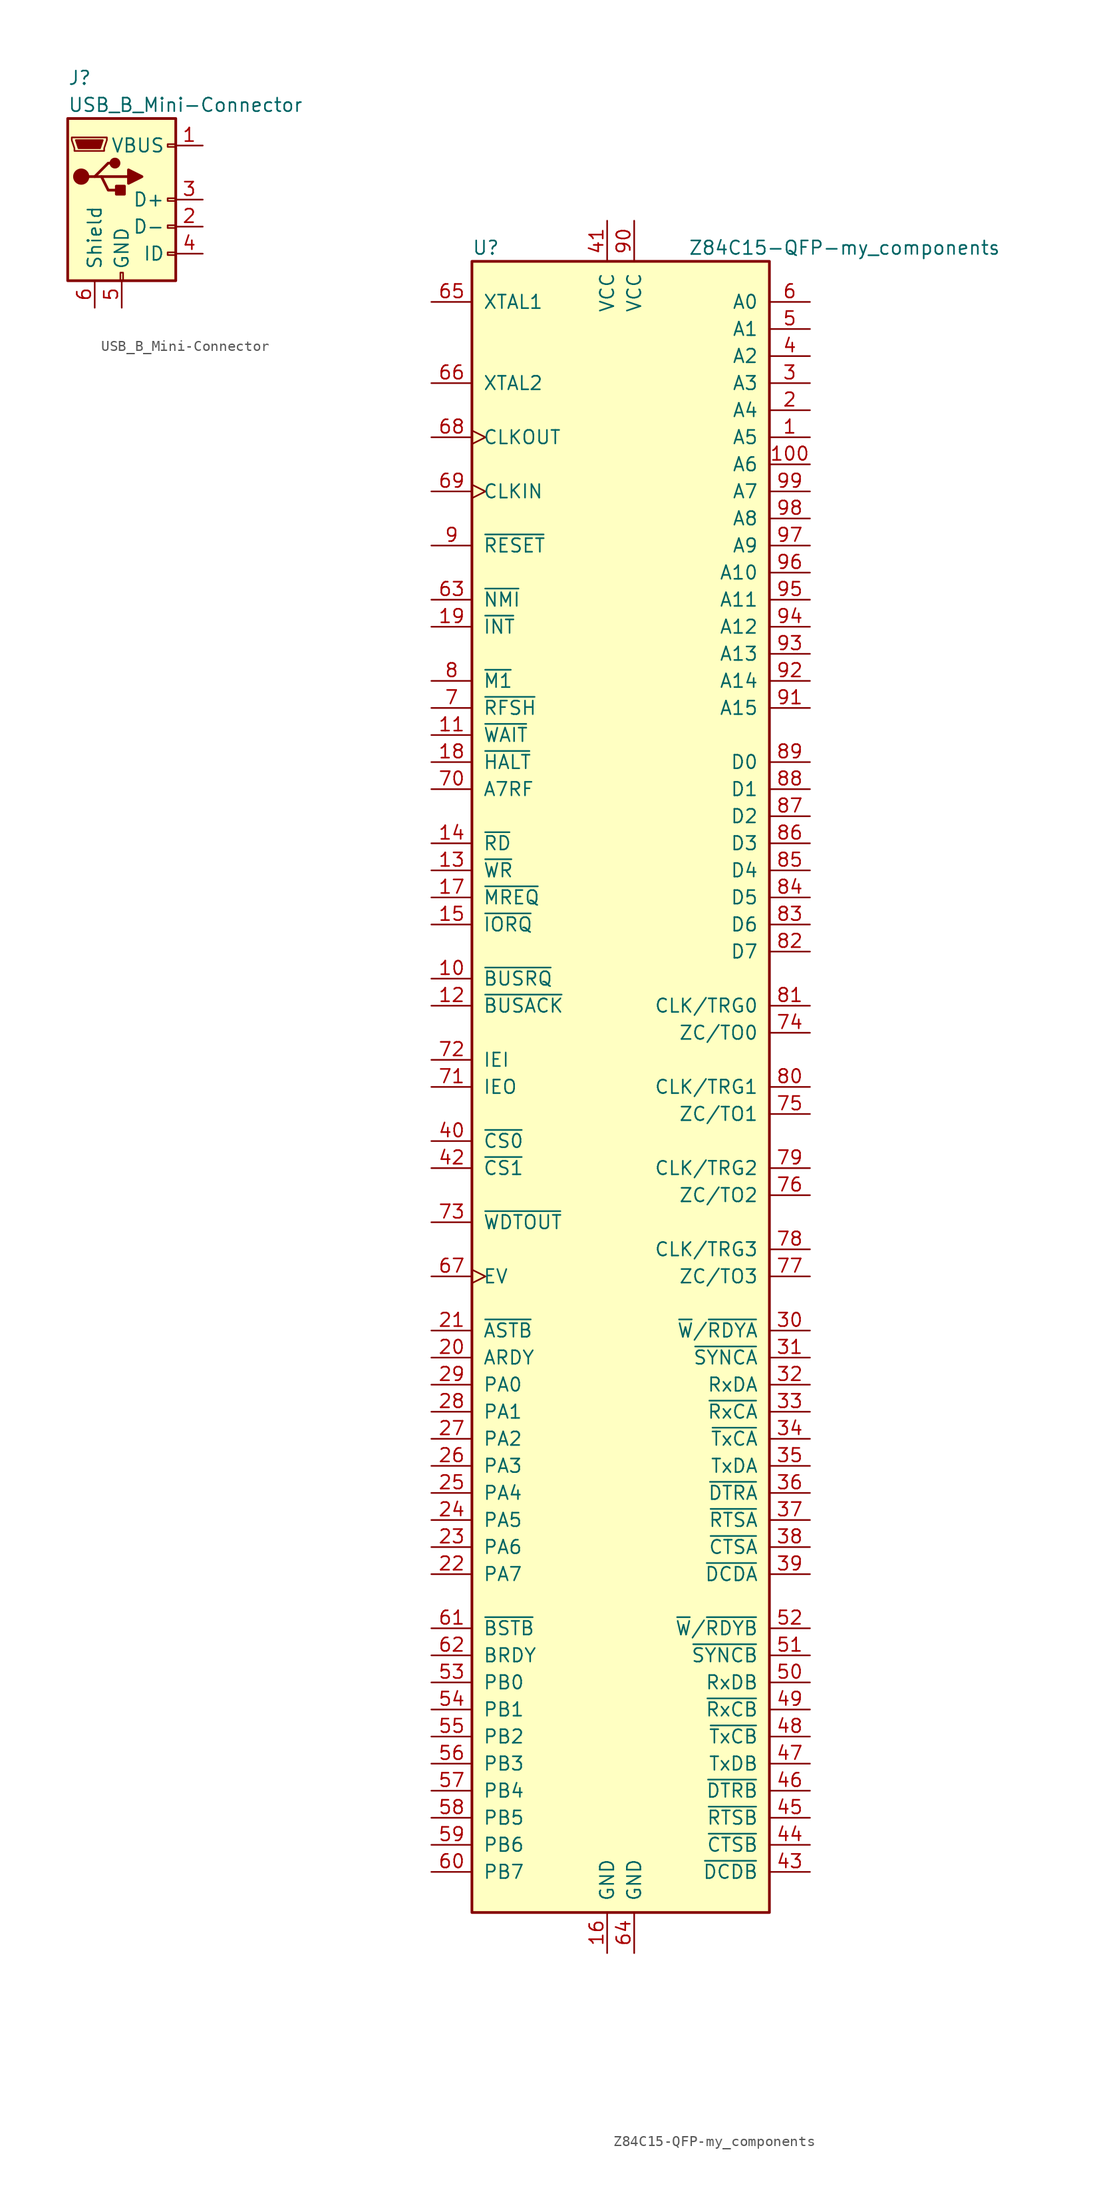
<source format=kicad_sym>
(kicad_symbol_lib
  (version 20220914)
  (generator kicad_symbol_editor)
  (symbol "USB_B_Mini-Connector"
    (pin_names
      (offset 1.016))
    (property "Reference" "J"
      (at -5.08 11.43 0)
      (effects (font (size 1.27 1.27)) (justify left)))
    (property "Value" "USB_B_Mini-Connector"
      (at -5.08 8.89 0)
      (effects (font (size 1.27 1.27)) (justify left)))
    (symbol "USB_B_Mini-Connector_0_1"
      (rectangle (start -5.08 -7.62) (end 5.08 7.62) (stroke (width 0.254) (type solid)) (fill (type background)))
      (circle (center -3.81 2.159) (radius 0.635) (stroke (width 0.254) (type solid)) (fill (type outline)))
      (circle (center -0.635 3.429) (radius 0.381) (stroke (width 0.254) (type solid)) (fill (type outline)))
      (rectangle (start -0.127 -7.62) (end 0.127 -6.858) (stroke (width 0) (type solid)) (fill (type none)))
      (polyline (pts (xy -1.905 2.159) (xy 0.635 2.159)) (stroke (width 0.254) (type solid)) (fill (type none)))
      (polyline (pts (xy -3.175 2.159) (xy -2.54 2.159) (xy -1.27 3.429) (xy -0.635 3.429)) (stroke (width 0.254) (type solid)) (fill (type none)))
      (polyline (pts (xy -2.54 2.159) (xy -1.905 2.159) (xy -1.27 0.889) (xy 0 0.889)) (stroke (width 0.254) (type solid)) (fill (type none)))
      (polyline (pts (xy 0.635 2.794) (xy 0.635 1.524) (xy 1.905 2.159) (xy 0.635 2.794)) (stroke (width 0.254) (type solid)) (fill (type outline)))
      (polyline (pts (xy -4.318 5.588) (xy -1.778 5.588) (xy -2.032 4.826) (xy -4.064 4.826) (xy -4.318 5.588)) (stroke (width 0) (type solid)) (fill (type outline)))
      (polyline (pts (xy -4.699 5.842) (xy -4.699 5.588) (xy -4.445 4.826) (xy -4.445 4.572) (xy -1.651 4.572) (xy -1.651 4.826) (xy -1.397 5.588) (xy -1.397 5.842) (xy -4.699 5.842)) (stroke (width 0) (type solid)) (fill (type none)))
      (rectangle (start 0.254 1.27) (end -0.508 0.508) (stroke (width 0.254) (type solid)) (fill (type outline)))
      (rectangle (start 5.08 -5.207) (end 4.318 -4.953) (stroke (width 0) (type solid)) (fill (type none)))
      (rectangle (start 5.08 -2.667) (end 4.318 -2.413) (stroke (width 0) (type solid)) (fill (type none)))
      (rectangle (start 5.08 -0.127) (end 4.318 0.127) (stroke (width 0) (type solid)) (fill (type none)))
      (rectangle (start 5.08 4.953) (end 4.318 5.207) (stroke (width 0) (type solid)) (fill (type none))))
    (symbol "USB_B_Mini-Connector_1_1"
      (pin power_out line (at 7.62 5.08 180) (length 2.54) (name "VBUS" (effects (font (size 1.27 1.27)))) (number "1" (effects (font (size 1.27 1.27)))))
      (pin passive line (at 7.62 -2.54 180) (length 2.54) (name "D-" (effects (font (size 1.27 1.27)))) (number "2" (effects (font (size 1.27 1.27)))))
      (pin passive line (at 7.62 0 180) (length 2.54) (name "D+" (effects (font (size 1.27 1.27)))) (number "3" (effects (font (size 1.27 1.27)))))
      (pin passive line (at 7.62 -5.08 180) (length 2.54) (name "ID" (effects (font (size 1.27 1.27)))) (number "4" (effects (font (size 1.27 1.27)))))
      (pin power_out line (at 0 -10.16 90) (length 2.54) (name "GND" (effects (font (size 1.27 1.27)))) (number "5" (effects (font (size 1.27 1.27)))))
      (pin passive line (at -2.54 -10.16 90) (length 2.54) (name "Shield" (effects (font (size 1.27 1.27)))) (number "6" (effects (font (size 1.27 1.27)))))))
  (symbol "Z84C15-QFP-my_components"
    (pin_names
      (offset 1.016))
    (property "Reference" "U"
      (at -13.97 35.56 0)
      (effects (font (size 1.27 1.27)) (justify left)))
    (property "Value" "Z84C15-QFP-my_components"
      (at 6.35 35.56 0)
      (effects (font (size 1.27 1.27)) (justify left)))
    (symbol "Z84C15-QFP-my_components_0_1"
      (rectangle (start -13.97 34.29) (end 13.97 -120.65) (stroke (width 0.254) (type solid)) (fill (type background))))
    (symbol "Z84C15-QFP-my_components_1_1"
      (pin bidirectional line (at 17.78 17.78 180) (length 3.81) (name "A5" (effects (font (size 1.27 1.27)))) (number "1" (effects (font (size 1.27 1.27)))))
      (pin input line (at -17.78 -33.02 0) (length 3.81) (name "~{BUSRQ}" (effects (font (size 1.27 1.27)))) (number "10" (effects (font (size 1.27 1.27)))))
      (pin bidirectional line (at 17.78 15.24 180) (length 3.81) (name "A6" (effects (font (size 1.27 1.27)))) (number "100" (effects (font (size 1.27 1.27)))))
      (pin input line (at -17.78 -10.16 0) (length 3.81) (name "~{WAIT}" (effects (font (size 1.27 1.27)))) (number "11" (effects (font (size 1.27 1.27)))))
      (pin output line (at -17.78 -35.56 0) (length 3.81) (name "~{BUSACK}" (effects (font (size 1.27 1.27)))) (number "12" (effects (font (size 1.27 1.27)))))
      (pin output line (at -17.78 -22.86 0) (length 3.81) (name "~{WR}" (effects (font (size 1.27 1.27)))) (number "13" (effects (font (size 1.27 1.27)))))
      (pin output line (at -17.78 -20.32 0) (length 3.81) (name "~{RD}" (effects (font (size 1.27 1.27)))) (number "14" (effects (font (size 1.27 1.27)))))
      (pin output line (at -17.78 -27.94 0) (length 3.81) (name "~{IORQ}" (effects (font (size 1.27 1.27)))) (number "15" (effects (font (size 1.27 1.27)))))
      (pin power_in line (at -1.27 -124.46 90) (length 3.81) (name "GND" (effects (font (size 1.27 1.27)))) (number "16" (effects (font (size 1.27 1.27)))))
      (pin output line (at -17.78 -25.4 0) (length 3.81) (name "~{MREQ}" (effects (font (size 1.27 1.27)))) (number "17" (effects (font (size 1.27 1.27)))))
      (pin output line (at -17.78 -12.7 0) (length 3.81) (name "~{HALT}" (effects (font (size 1.27 1.27)))) (number "18" (effects (font (size 1.27 1.27)))))
      (pin input line (at -17.78 0 0) (length 3.81) (name "~{INT}" (effects (font (size 1.27 1.27)))) (number "19" (effects (font (size 1.27 1.27)))))
      (pin bidirectional line (at 17.78 20.32 180) (length 3.81) (name "A4" (effects (font (size 1.27 1.27)))) (number "2" (effects (font (size 1.27 1.27)))))
      (pin output line (at -17.78 -68.58 0) (length 3.81) (name "ARDY" (effects (font (size 1.27 1.27)))) (number "20" (effects (font (size 1.27 1.27)))))
      (pin input line (at -17.78 -66.04 0) (length 3.81) (name "~{ASTB}" (effects (font (size 1.27 1.27)))) (number "21" (effects (font (size 1.27 1.27)))))
      (pin tri_state line (at -17.78 -88.9 0) (length 3.81) (name "PA7" (effects (font (size 1.27 1.27)))) (number "22" (effects (font (size 1.27 1.27)))))
      (pin tri_state line (at -17.78 -86.36 0) (length 3.81) (name "PA6" (effects (font (size 1.27 1.27)))) (number "23" (effects (font (size 1.27 1.27)))))
      (pin tri_state line (at -17.78 -83.82 0) (length 3.81) (name "PA5" (effects (font (size 1.27 1.27)))) (number "24" (effects (font (size 1.27 1.27)))))
      (pin tri_state line (at -17.78 -81.28 0) (length 3.81) (name "PA4" (effects (font (size 1.27 1.27)))) (number "25" (effects (font (size 1.27 1.27)))))
      (pin tri_state line (at -17.78 -78.74 0) (length 3.81) (name "PA3" (effects (font (size 1.27 1.27)))) (number "26" (effects (font (size 1.27 1.27)))))
      (pin tri_state line (at -17.78 -76.2 0) (length 3.81) (name "PA2" (effects (font (size 1.27 1.27)))) (number "27" (effects (font (size 1.27 1.27)))))
      (pin tri_state line (at -17.78 -73.66 0) (length 3.81) (name "PA1" (effects (font (size 1.27 1.27)))) (number "28" (effects (font (size 1.27 1.27)))))
      (pin tri_state line (at -17.78 -71.12 0) (length 3.81) (name "PA0" (effects (font (size 1.27 1.27)))) (number "29" (effects (font (size 1.27 1.27)))))
      (pin bidirectional line (at 17.78 22.86 180) (length 3.81) (name "A3" (effects (font (size 1.27 1.27)))) (number "3" (effects (font (size 1.27 1.27)))))
      (pin output line (at 17.78 -66.04 180) (length 3.81) (name "~{W}/~{RDYA}" (effects (font (size 1.27 1.27)))) (number "30" (effects (font (size 1.27 1.27)))))
      (pin bidirectional line (at 17.78 -68.58 180) (length 3.81) (name "~{SYNCA}" (effects (font (size 1.27 1.27)))) (number "31" (effects (font (size 1.27 1.27)))))
      (pin input line (at 17.78 -71.12 180) (length 3.81) (name "RxDA" (effects (font (size 1.27 1.27)))) (number "32" (effects (font (size 1.27 1.27)))))
      (pin input line (at 17.78 -73.66 180) (length 3.81) (name "~{RxCA}" (effects (font (size 1.27 1.27)))) (number "33" (effects (font (size 1.27 1.27)))))
      (pin input line (at 17.78 -76.2 180) (length 3.81) (name "~{TxCA}" (effects (font (size 1.27 1.27)))) (number "34" (effects (font (size 1.27 1.27)))))
      (pin output line (at 17.78 -78.74 180) (length 3.81) (name "TxDA" (effects (font (size 1.27 1.27)))) (number "35" (effects (font (size 1.27 1.27)))))
      (pin output line (at 17.78 -81.28 180) (length 3.81) (name "~{DTRA}" (effects (font (size 1.27 1.27)))) (number "36" (effects (font (size 1.27 1.27)))))
      (pin output line (at 17.78 -83.82 180) (length 3.81) (name "~{RTSA}" (effects (font (size 1.27 1.27)))) (number "37" (effects (font (size 1.27 1.27)))))
      (pin input line (at 17.78 -86.36 180) (length 3.81) (name "~{CTSA}" (effects (font (size 1.27 1.27)))) (number "38" (effects (font (size 1.27 1.27)))))
      (pin input line (at 17.78 -88.9 180) (length 3.81) (name "~{DCDA}" (effects (font (size 1.27 1.27)))) (number "39" (effects (font (size 1.27 1.27)))))
      (pin bidirectional line (at 17.78 25.4 180) (length 3.81) (name "A2" (effects (font (size 1.27 1.27)))) (number "4" (effects (font (size 1.27 1.27)))))
      (pin output line (at -17.78 -48.26 0) (length 3.81) (name "~{CS0}" (effects (font (size 1.27 1.27)))) (number "40" (effects (font (size 1.27 1.27)))))
      (pin power_in line (at -1.27 38.1 270) (length 3.81) (name "VCC" (effects (font (size 1.27 1.27)))) (number "41" (effects (font (size 1.27 1.27)))))
      (pin output line (at -17.78 -50.8 0) (length 3.81) (name "~{CS1}" (effects (font (size 1.27 1.27)))) (number "42" (effects (font (size 1.27 1.27)))))
      (pin input line (at 17.78 -116.84 180) (length 3.81) (name "~{DCDB}" (effects (font (size 1.27 1.27)))) (number "43" (effects (font (size 1.27 1.27)))))
      (pin input line (at 17.78 -114.3 180) (length 3.81) (name "~{CTSB}" (effects (font (size 1.27 1.27)))) (number "44" (effects (font (size 1.27 1.27)))))
      (pin output line (at 17.78 -111.76 180) (length 3.81) (name "~{RTSB}" (effects (font (size 1.27 1.27)))) (number "45" (effects (font (size 1.27 1.27)))))
      (pin output line (at 17.78 -109.22 180) (length 3.81) (name "~{DTRB}" (effects (font (size 1.27 1.27)))) (number "46" (effects (font (size 1.27 1.27)))))
      (pin output line (at 17.78 -106.68 180) (length 3.81) (name "TxDB" (effects (font (size 1.27 1.27)))) (number "47" (effects (font (size 1.27 1.27)))))
      (pin input line (at 17.78 -104.14 180) (length 3.81) (name "~{TxCB}" (effects (font (size 1.27 1.27)))) (number "48" (effects (font (size 1.27 1.27)))))
      (pin input line (at 17.78 -101.6 180) (length 3.81) (name "~{RxCB}" (effects (font (size 1.27 1.27)))) (number "49" (effects (font (size 1.27 1.27)))))
      (pin bidirectional line (at 17.78 27.94 180) (length 3.81) (name "A1" (effects (font (size 1.27 1.27)))) (number "5" (effects (font (size 1.27 1.27)))))
      (pin input line (at 17.78 -99.06 180) (length 3.81) (name "RxDB" (effects (font (size 1.27 1.27)))) (number "50" (effects (font (size 1.27 1.27)))))
      (pin bidirectional line (at 17.78 -96.52 180) (length 3.81) (name "~{SYNCB}" (effects (font (size 1.27 1.27)))) (number "51" (effects (font (size 1.27 1.27)))))
      (pin output line (at 17.78 -93.98 180) (length 3.81) (name "~{W}/~{RDYB}" (effects (font (size 1.27 1.27)))) (number "52" (effects (font (size 1.27 1.27)))))
      (pin tri_state line (at -17.78 -99.06 0) (length 3.81) (name "PB0" (effects (font (size 1.27 1.27)))) (number "53" (effects (font (size 1.27 1.27)))))
      (pin tri_state line (at -17.78 -101.6 0) (length 3.81) (name "PB1" (effects (font (size 1.27 1.27)))) (number "54" (effects (font (size 1.27 1.27)))))
      (pin tri_state line (at -17.78 -104.14 0) (length 3.81) (name "PB2" (effects (font (size 1.27 1.27)))) (number "55" (effects (font (size 1.27 1.27)))))
      (pin tri_state line (at -17.78 -106.68 0) (length 3.81) (name "PB3" (effects (font (size 1.27 1.27)))) (number "56" (effects (font (size 1.27 1.27)))))
      (pin tri_state line (at -17.78 -109.22 0) (length 3.81) (name "PB4" (effects (font (size 1.27 1.27)))) (number "57" (effects (font (size 1.27 1.27)))))
      (pin tri_state line (at -17.78 -111.76 0) (length 3.81) (name "PB5" (effects (font (size 1.27 1.27)))) (number "58" (effects (font (size 1.27 1.27)))))
      (pin tri_state line (at -17.78 -114.3 0) (length 3.81) (name "PB6" (effects (font (size 1.27 1.27)))) (number "59" (effects (font (size 1.27 1.27)))))
      (pin bidirectional line (at 17.78 30.48 180) (length 3.81) (name "A0" (effects (font (size 1.27 1.27)))) (number "6" (effects (font (size 1.27 1.27)))))
      (pin tri_state line (at -17.78 -116.84 0) (length 3.81) (name "PB7" (effects (font (size 1.27 1.27)))) (number "60" (effects (font (size 1.27 1.27)))))
      (pin input line (at -17.78 -93.98 0) (length 3.81) (name "~{BSTB}" (effects (font (size 1.27 1.27)))) (number "61" (effects (font (size 1.27 1.27)))))
      (pin output line (at -17.78 -96.52 0) (length 3.81) (name "BRDY" (effects (font (size 1.27 1.27)))) (number "62" (effects (font (size 1.27 1.27)))))
      (pin input line (at -17.78 2.54 0) (length 3.81) (name "~{NMI}" (effects (font (size 1.27 1.27)))) (number "63" (effects (font (size 1.27 1.27)))))
      (pin power_in line (at 1.27 -124.46 90) (length 3.81) (name "GND" (effects (font (size 1.27 1.27)))) (number "64" (effects (font (size 1.27 1.27)))))
      (pin input line (at -17.78 30.48 0) (length 3.81) (name "XTAL1" (effects (font (size 1.27 1.27)))) (number "65" (effects (font (size 1.27 1.27)))))
      (pin output line (at -17.78 22.86 0) (length 3.81) (name "XTAL2" (effects (font (size 1.27 1.27)))) (number "66" (effects (font (size 1.27 1.27)))))
      (pin input clock (at -17.78 -60.96 0) (length 3.81) (name "EV" (effects (font (size 1.27 1.27)))) (number "67" (effects (font (size 1.27 1.27)))))
      (pin output clock (at -17.78 17.78 0) (length 3.81) (name "CLKOUT" (effects (font (size 1.27 1.27)))) (number "68" (effects (font (size 1.27 1.27)))))
      (pin input clock (at -17.78 12.7 0) (length 3.81) (name "CLKIN" (effects (font (size 1.27 1.27)))) (number "69" (effects (font (size 1.27 1.27)))))
      (pin output line (at -17.78 -7.62 0) (length 3.81) (name "~{RFSH}" (effects (font (size 1.27 1.27)))) (number "7" (effects (font (size 1.27 1.27)))))
      (pin output line (at -17.78 -15.24 0) (length 3.81) (name "A7RF" (effects (font (size 1.27 1.27)))) (number "70" (effects (font (size 1.27 1.27)))))
      (pin output line (at -17.78 -43.18 0) (length 3.81) (name "IEO" (effects (font (size 1.27 1.27)))) (number "71" (effects (font (size 1.27 1.27)))))
      (pin input line (at -17.78 -40.64 0) (length 3.81) (name "IEI" (effects (font (size 1.27 1.27)))) (number "72" (effects (font (size 1.27 1.27)))))
      (pin open_collector line (at -17.78 -55.88 0) (length 3.81) (name "~{WDTOUT}" (effects (font (size 1.27 1.27)))) (number "73" (effects (font (size 1.27 1.27)))))
      (pin output line (at 17.78 -38.1 180) (length 3.81) (name "ZC/TO0" (effects (font (size 1.27 1.27)))) (number "74" (effects (font (size 1.27 1.27)))))
      (pin output line (at 17.78 -45.72 180) (length 3.81) (name "ZC/TO1" (effects (font (size 1.27 1.27)))) (number "75" (effects (font (size 1.27 1.27)))))
      (pin output line (at 17.78 -53.34 180) (length 3.81) (name "ZC/TO2" (effects (font (size 1.27 1.27)))) (number "76" (effects (font (size 1.27 1.27)))))
      (pin output line (at 17.78 -60.96 180) (length 3.81) (name "ZC/TO3" (effects (font (size 1.27 1.27)))) (number "77" (effects (font (size 1.27 1.27)))))
      (pin input line (at 17.78 -58.42 180) (length 3.81) (name "CLK/TRG3" (effects (font (size 1.27 1.27)))) (number "78" (effects (font (size 1.27 1.27)))))
      (pin input line (at 17.78 -50.8 180) (length 3.81) (name "CLK/TRG2" (effects (font (size 1.27 1.27)))) (number "79" (effects (font (size 1.27 1.27)))))
      (pin output line (at -17.78 -5.08 0) (length 3.81) (name "~{M1}" (effects (font (size 1.27 1.27)))) (number "8" (effects (font (size 1.27 1.27)))))
      (pin input line (at 17.78 -43.18 180) (length 3.81) (name "CLK/TRG1" (effects (font (size 1.27 1.27)))) (number "80" (effects (font (size 1.27 1.27)))))
      (pin input line (at 17.78 -35.56 180) (length 3.81) (name "CLK/TRG0" (effects (font (size 1.27 1.27)))) (number "81" (effects (font (size 1.27 1.27)))))
      (pin bidirectional line (at 17.78 -30.48 180) (length 3.81) (name "D7" (effects (font (size 1.27 1.27)))) (number "82" (effects (font (size 1.27 1.27)))))
      (pin bidirectional line (at 17.78 -27.94 180) (length 3.81) (name "D6" (effects (font (size 1.27 1.27)))) (number "83" (effects (font (size 1.27 1.27)))))
      (pin bidirectional line (at 17.78 -25.4 180) (length 3.81) (name "D5" (effects (font (size 1.27 1.27)))) (number "84" (effects (font (size 1.27 1.27)))))
      (pin bidirectional line (at 17.78 -22.86 180) (length 3.81) (name "D4" (effects (font (size 1.27 1.27)))) (number "85" (effects (font (size 1.27 1.27)))))
      (pin bidirectional line (at 17.78 -20.32 180) (length 3.81) (name "D3" (effects (font (size 1.27 1.27)))) (number "86" (effects (font (size 1.27 1.27)))))
      (pin bidirectional line (at 17.78 -17.78 180) (length 3.81) (name "D2" (effects (font (size 1.27 1.27)))) (number "87" (effects (font (size 1.27 1.27)))))
      (pin bidirectional line (at 17.78 -15.24 180) (length 3.81) (name "D1" (effects (font (size 1.27 1.27)))) (number "88" (effects (font (size 1.27 1.27)))))
      (pin bidirectional line (at 17.78 -12.7 180) (length 3.81) (name "D0" (effects (font (size 1.27 1.27)))) (number "89" (effects (font (size 1.27 1.27)))))
      (pin input line (at -17.78 7.62 0) (length 3.81) (name "~{RESET}" (effects (font (size 1.27 1.27)))) (number "9" (effects (font (size 1.27 1.27)))))
      (pin power_in line (at 1.27 38.1 270) (length 3.81) (name "VCC" (effects (font (size 1.27 1.27)))) (number "90" (effects (font (size 1.27 1.27)))))
      (pin bidirectional line (at 17.78 -7.62 180) (length 3.81) (name "A15" (effects (font (size 1.27 1.27)))) (number "91" (effects (font (size 1.27 1.27)))))
      (pin bidirectional line (at 17.78 -5.08 180) (length 3.81) (name "A14" (effects (font (size 1.27 1.27)))) (number "92" (effects (font (size 1.27 1.27)))))
      (pin bidirectional line (at 17.78 -2.54 180) (length 3.81) (name "A13" (effects (font (size 1.27 1.27)))) (number "93" (effects (font (size 1.27 1.27)))))
      (pin bidirectional line (at 17.78 0 180) (length 3.81) (name "A12" (effects (font (size 1.27 1.27)))) (number "94" (effects (font (size 1.27 1.27)))))
      (pin bidirectional line (at 17.78 2.54 180) (length 3.81) (name "A11" (effects (font (size 1.27 1.27)))) (number "95" (effects (font (size 1.27 1.27)))))
      (pin bidirectional line (at 17.78 5.08 180) (length 3.81) (name "A10" (effects (font (size 1.27 1.27)))) (number "96" (effects (font (size 1.27 1.27)))))
      (pin bidirectional line (at 17.78 7.62 180) (length 3.81) (name "A9" (effects (font (size 1.27 1.27)))) (number "97" (effects (font (size 1.27 1.27)))))
      (pin bidirectional line (at 17.78 10.16 180) (length 3.81) (name "A8" (effects (font (size 1.27 1.27)))) (number "98" (effects (font (size 1.27 1.27)))))
      (pin bidirectional line (at 17.78 12.7 180) (length 3.81) (name "A7" (effects (font (size 1.27 1.27)))) (number "99" (effects (font (size 1.27 1.27))))))))
</source>
